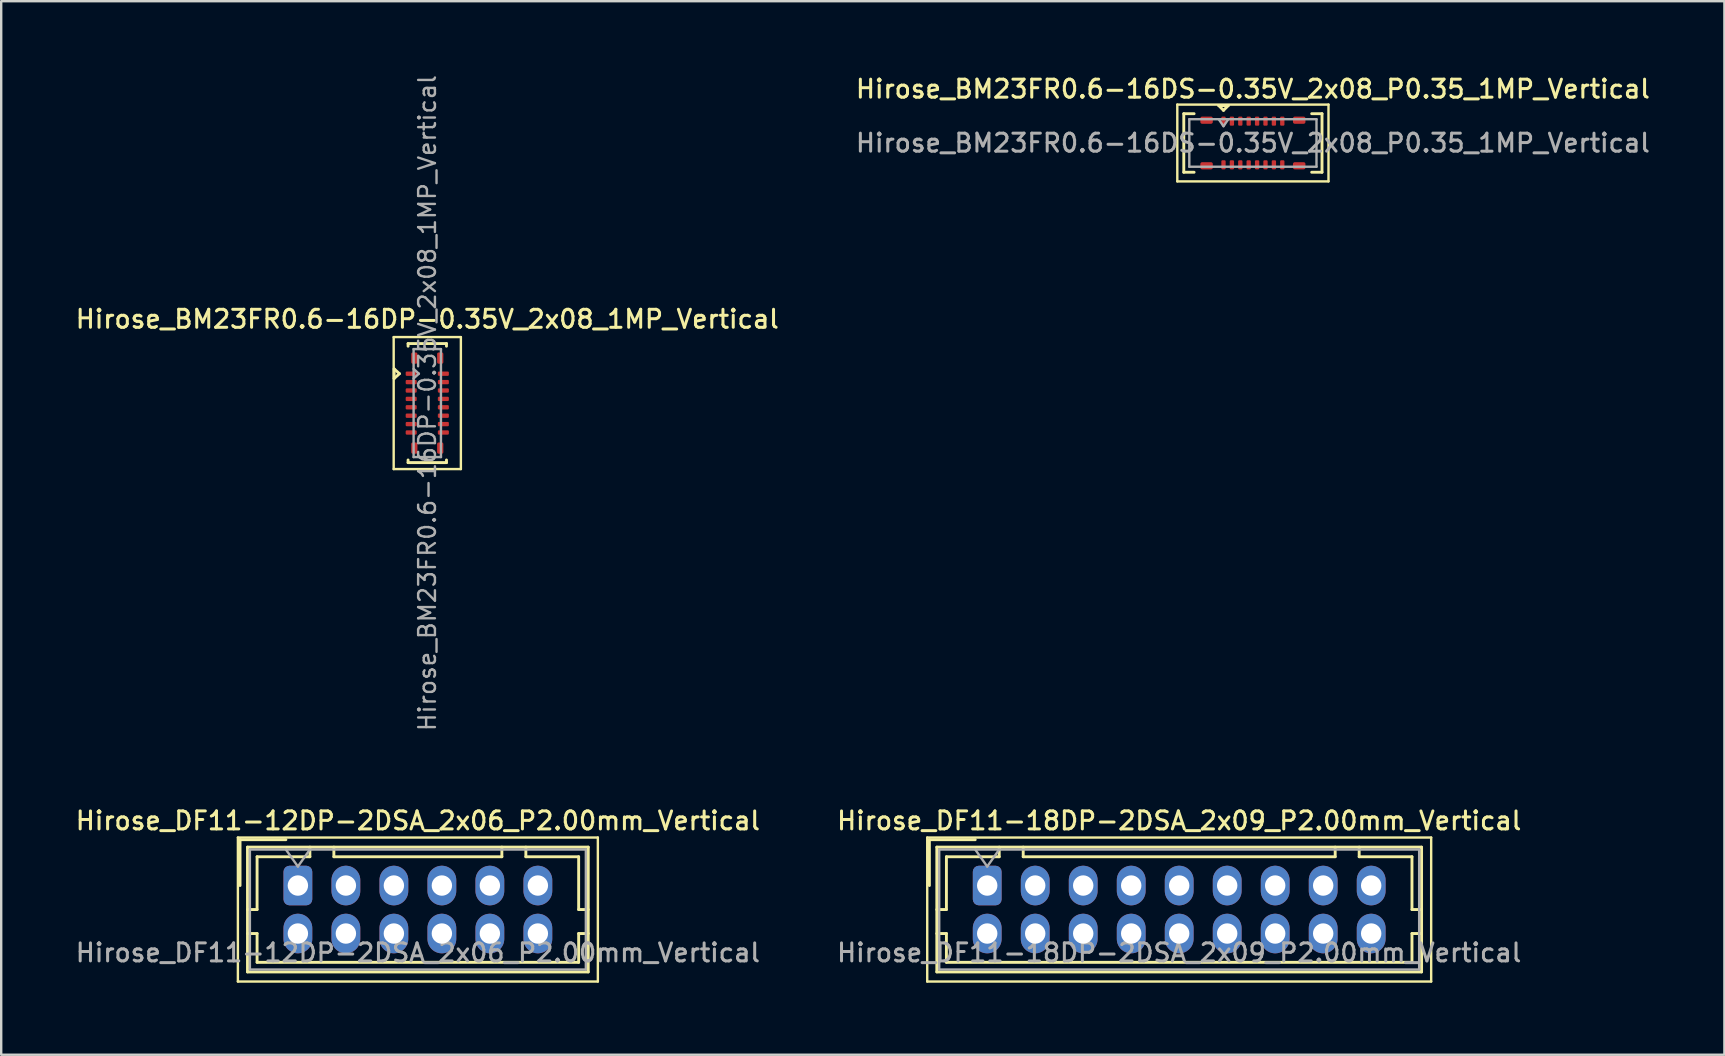
<source format=kicad_pcb>
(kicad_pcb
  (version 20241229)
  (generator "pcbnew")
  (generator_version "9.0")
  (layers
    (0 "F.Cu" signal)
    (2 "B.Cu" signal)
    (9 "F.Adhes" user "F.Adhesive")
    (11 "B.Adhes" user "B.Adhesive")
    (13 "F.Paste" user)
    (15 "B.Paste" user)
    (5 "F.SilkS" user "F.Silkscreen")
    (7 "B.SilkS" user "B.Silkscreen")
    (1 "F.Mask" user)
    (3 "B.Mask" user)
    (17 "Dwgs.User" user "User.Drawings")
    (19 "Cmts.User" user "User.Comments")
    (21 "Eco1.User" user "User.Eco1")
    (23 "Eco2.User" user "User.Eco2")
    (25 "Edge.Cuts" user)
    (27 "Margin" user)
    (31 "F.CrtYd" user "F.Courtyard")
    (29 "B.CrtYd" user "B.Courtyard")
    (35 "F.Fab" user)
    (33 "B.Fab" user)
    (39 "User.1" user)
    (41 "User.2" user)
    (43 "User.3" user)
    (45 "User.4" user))
  (footprint "Hirose_DF11-12DP-2DSA_2x06_P2.00mm_Vertical"
    (layer "F.Cu")
    (at 9.363 33.851)
    (property "Reference" "Hirose_DF11-12DP-2DSA_2x06_P2.00mm_Vertical" (at 5 -2.7 0) (layer "F.SilkS") (effects (font (size 0.75 0.75) (thickness 0.125))))
    (attr through_hole)
    (fp_line (start -2.5 -2) (end -2.5 4) (stroke (width 0.1) (type solid)) (layer "F.SilkS"))
    (fp_line (start -2.5 4) (end 12.5 4) (stroke (width 0.1) (type solid)) (layer "F.SilkS"))
    (fp_line (start -2.41 -1.91) (end -0.5 -1.91) (stroke (width 0.12) (type solid)) (layer "F.SilkS"))
    (fp_line (start -2.41 0) (end -2.41 -1.91) (stroke (width 0.12) (type solid)) (layer "F.SilkS"))
    (fp_line (start -2.1 -1.6) (end -2.1 3.6) (stroke (width 0.12) (type solid)) (layer "F.SilkS"))
    (fp_line (start -2.1 1) (end -1.7 1) (stroke (width 0.12) (type solid)) (layer "F.SilkS"))
    (fp_line (start -2.1 2) (end -1.7 2) (stroke (width 0.12) (type solid)) (layer "F.SilkS"))
    (fp_line (start -2.1 3.6) (end 12.1 3.6) (stroke (width 0.12) (type solid)) (layer "F.SilkS"))
    (fp_line (start -1.7 -1.2) (end 0.5 -1.2) (stroke (width 0.12) (type solid)) (layer "F.SilkS"))
    (fp_line (start -1.7 1) (end -1.7 -1.2) (stroke (width 0.12) (type solid)) (layer "F.SilkS"))
    (fp_line (start -1.7 2) (end -1.7 3.2) (stroke (width 0.12) (type solid)) (layer "F.SilkS"))
    (fp_line (start -1.7 3.2) (end 11.7 3.2) (stroke (width 0.12) (type solid)) (layer "F.SilkS"))
    (fp_line (start 0.5 -1.2) (end 0.5 -1.6) (stroke (width 0.12) (type solid)) (layer "F.SilkS"))
    (fp_line (start 1.5 -1.6) (end 1.5 -1.2) (stroke (width 0.12) (type solid)) (layer "F.SilkS"))
    (fp_line (start 1.5 -1.2) (end 8.5 -1.2) (stroke (width 0.12) (type solid)) (layer "F.SilkS"))
    (fp_line (start 8.5 -1.2) (end 8.5 -1.6) (stroke (width 0.12) (type solid)) (layer "F.SilkS"))
    (fp_line (start 9.5 -1.2) (end 9.5 -1.6) (stroke (width 0.12) (type solid)) (layer "F.SilkS"))
    (fp_line (start 11.7 -1.2) (end 9.5 -1.2) (stroke (width 0.12) (type solid)) (layer "F.SilkS"))
    (fp_line (start 11.7 1) (end 11.7 -1.2) (stroke (width 0.12) (type solid)) (layer "F.SilkS"))
    (fp_line (start 11.7 2) (end 12.1 2) (stroke (width 0.12) (type solid)) (layer "F.SilkS"))
    (fp_line (start 11.7 3.2) (end 11.7 2) (stroke (width 0.12) (type solid)) (layer "F.SilkS"))
    (fp_line (start 12.1 -1.6) (end -2.1 -1.6) (stroke (width 0.12) (type solid)) (layer "F.SilkS"))
    (fp_line (start 12.1 1) (end 11.7 1) (stroke (width 0.12) (type solid)) (layer "F.SilkS"))
    (fp_line (start 12.1 3.6) (end 12.1 -1.6) (stroke (width 0.12) (type solid)) (layer "F.SilkS"))
    (fp_line (start 12.5 -2) (end -2.5 -2) (stroke (width 0.1) (type solid)) (layer "F.SilkS"))
    (fp_line (start 12.5 4) (end 12.5 -2) (stroke (width 0.1) (type solid)) (layer "F.SilkS"))
    (fp_line (start -2 -1.5) (end -2 3.5) (stroke (width 0.1) (type solid)) (layer "F.Fab"))
    (fp_line (start -2 3.5) (end 12 3.5) (stroke (width 0.1) (type solid)) (layer "F.Fab"))
    (fp_line (start -0.5 -1.5) (end 0 -0.793) (stroke (width 0.1) (type solid)) (layer "F.Fab"))
    (fp_line (start 0 -0.793) (end 0.5 -1.5) (stroke (width 0.1) (type solid)) (layer "F.Fab"))
    (fp_line (start 12 -1.5) (end -2 -1.5) (stroke (width 0.1) (type solid)) (layer "F.Fab"))
    (fp_line (start 12 3.5) (end 12 -1.5) (stroke (width 0.1) (type solid)) (layer "F.Fab"))
    (fp_text user "${REFERENCE}" (at 5 2.8 0) (layer "F.Fab") (effects (font (size 0.75 0.75) (thickness 0.125))))
    (pad "1" thru_hole roundrect (at 0 0) (size 1.2 1.65) (drill 0.85) (layers "*.Cu" "*.Mask") (roundrect_rratio 0.208))
    (pad "2" thru_hole oval (at 0 2) (size 1.2 1.65) (drill 0.85) (layers "*.Cu" "*.Mask"))
    (pad "3" thru_hole oval (at 2 0) (size 1.2 1.65) (drill 0.85) (layers "*.Cu" "*.Mask"))
    (pad "4" thru_hole oval (at 2 2) (size 1.2 1.65) (drill 0.85) (layers "*.Cu" "*.Mask"))
    (pad "5" thru_hole oval (at 4 0) (size 1.2 1.65) (drill 0.85) (layers "*.Cu" "*.Mask"))
    (pad "6" thru_hole oval (at 4 2) (size 1.2 1.65) (drill 0.85) (layers "*.Cu" "*.Mask"))
    (pad "7" thru_hole oval (at 6 0) (size 1.2 1.65) (drill 0.85) (layers "*.Cu" "*.Mask"))
    (pad "8" thru_hole oval (at 6 2) (size 1.2 1.65) (drill 0.85) (layers "*.Cu" "*.Mask"))
    (pad "9" thru_hole oval (at 8 0) (size 1.2 1.65) (drill 0.85) (layers "*.Cu" "*.Mask"))
    (pad "10" thru_hole oval (at 8 2) (size 1.2 1.65) (drill 0.85) (layers "*.Cu" "*.Mask"))
    (pad "11" thru_hole oval (at 10 0) (size 1.2 1.65) (drill 0.85) (layers "*.Cu" "*.Mask"))
    (pad "12" thru_hole oval (at 10 2) (size 1.2 1.65) (drill 0.85) (layers "*.Cu" "*.Mask")))
  (footprint "Hirose_DF11-18DP-2DSA_2x09_P2.00mm_Vertical"
    (layer "F.Cu")
    (at 38.088 33.851)
    (property "Reference" "Hirose_DF11-18DP-2DSA_2x09_P2.00mm_Vertical" (at 8 -2.7 0) (layer "F.SilkS") (effects (font (size 0.75 0.75) (thickness 0.125))))
    (attr through_hole)
    (fp_line (start -2.5 -2) (end -2.5 4) (stroke (width 0.1) (type solid)) (layer "F.SilkS"))
    (fp_line (start -2.5 4) (end 18.5 4) (stroke (width 0.1) (type solid)) (layer "F.SilkS"))
    (fp_line (start -2.41 -1.91) (end -0.5 -1.91) (stroke (width 0.12) (type solid)) (layer "F.SilkS"))
    (fp_line (start -2.41 0) (end -2.41 -1.91) (stroke (width 0.12) (type solid)) (layer "F.SilkS"))
    (fp_line (start -2.1 -1.6) (end -2.1 3.6) (stroke (width 0.12) (type solid)) (layer "F.SilkS"))
    (fp_line (start -2.1 1) (end -1.7 1) (stroke (width 0.12) (type solid)) (layer "F.SilkS"))
    (fp_line (start -2.1 2) (end -1.7 2) (stroke (width 0.12) (type solid)) (layer "F.SilkS"))
    (fp_line (start -2.1 3.6) (end 18.1 3.6) (stroke (width 0.12) (type solid)) (layer "F.SilkS"))
    (fp_line (start -1.7 -1.2) (end 0.5 -1.2) (stroke (width 0.12) (type solid)) (layer "F.SilkS"))
    (fp_line (start -1.7 1) (end -1.7 -1.2) (stroke (width 0.12) (type solid)) (layer "F.SilkS"))
    (fp_line (start -1.7 2) (end -1.7 3.2) (stroke (width 0.12) (type solid)) (layer "F.SilkS"))
    (fp_line (start -1.7 3.2) (end 17.7 3.2) (stroke (width 0.12) (type solid)) (layer "F.SilkS"))
    (fp_line (start 0.5 -1.2) (end 0.5 -1.6) (stroke (width 0.12) (type solid)) (layer "F.SilkS"))
    (fp_line (start 1.5 -1.6) (end 1.5 -1.2) (stroke (width 0.12) (type solid)) (layer "F.SilkS"))
    (fp_line (start 1.5 -1.2) (end 14.5 -1.2) (stroke (width 0.12) (type solid)) (layer "F.SilkS"))
    (fp_line (start 14.5 -1.2) (end 14.5 -1.6) (stroke (width 0.12) (type solid)) (layer "F.SilkS"))
    (fp_line (start 15.5 -1.2) (end 15.5 -1.6) (stroke (width 0.12) (type solid)) (layer "F.SilkS"))
    (fp_line (start 17.7 -1.2) (end 15.5 -1.2) (stroke (width 0.12) (type solid)) (layer "F.SilkS"))
    (fp_line (start 17.7 1) (end 17.7 -1.2) (stroke (width 0.12) (type solid)) (layer "F.SilkS"))
    (fp_line (start 17.7 2) (end 18.1 2) (stroke (width 0.12) (type solid)) (layer "F.SilkS"))
    (fp_line (start 17.7 3.2) (end 17.7 2) (stroke (width 0.12) (type solid)) (layer "F.SilkS"))
    (fp_line (start 18.1 -1.6) (end -2.1 -1.6) (stroke (width 0.12) (type solid)) (layer "F.SilkS"))
    (fp_line (start 18.1 1) (end 17.7 1) (stroke (width 0.12) (type solid)) (layer "F.SilkS"))
    (fp_line (start 18.1 3.6) (end 18.1 -1.6) (stroke (width 0.12) (type solid)) (layer "F.SilkS"))
    (fp_line (start 18.5 -2) (end -2.5 -2) (stroke (width 0.1) (type solid)) (layer "F.SilkS"))
    (fp_line (start 18.5 4) (end 18.5 -2) (stroke (width 0.1) (type solid)) (layer "F.SilkS"))
    (fp_line (start -2 -1.5) (end -2 3.5) (stroke (width 0.1) (type solid)) (layer "F.Fab"))
    (fp_line (start -2 3.5) (end 18 3.5) (stroke (width 0.1) (type solid)) (layer "F.Fab"))
    (fp_line (start -0.5 -1.5) (end 0 -0.793) (stroke (width 0.1) (type solid)) (layer "F.Fab"))
    (fp_line (start 0 -0.793) (end 0.5 -1.5) (stroke (width 0.1) (type solid)) (layer "F.Fab"))
    (fp_line (start 18 -1.5) (end -2 -1.5) (stroke (width 0.1) (type solid)) (layer "F.Fab"))
    (fp_line (start 18 3.5) (end 18 -1.5) (stroke (width 0.1) (type solid)) (layer "F.Fab"))
    (fp_text user "${REFERENCE}" (at 8 2.8 0) (layer "F.Fab") (effects (font (size 0.75 0.75) (thickness 0.125))))
    (pad "1" thru_hole roundrect (at 0 0) (size 1.2 1.65) (drill 0.85) (layers "*.Cu" "*.Mask") (roundrect_rratio 0.208))
    (pad "2" thru_hole oval (at 0 2) (size 1.2 1.65) (drill 0.85) (layers "*.Cu" "*.Mask"))
    (pad "3" thru_hole oval (at 2 0) (size 1.2 1.65) (drill 0.85) (layers "*.Cu" "*.Mask"))
    (pad "4" thru_hole oval (at 2 2) (size 1.2 1.65) (drill 0.85) (layers "*.Cu" "*.Mask"))
    (pad "5" thru_hole oval (at 4 0) (size 1.2 1.65) (drill 0.85) (layers "*.Cu" "*.Mask"))
    (pad "6" thru_hole oval (at 4 2) (size 1.2 1.65) (drill 0.85) (layers "*.Cu" "*.Mask"))
    (pad "7" thru_hole oval (at 6 0) (size 1.2 1.65) (drill 0.85) (layers "*.Cu" "*.Mask"))
    (pad "8" thru_hole oval (at 6 2) (size 1.2 1.65) (drill 0.85) (layers "*.Cu" "*.Mask"))
    (pad "9" thru_hole oval (at 8 0) (size 1.2 1.65) (drill 0.85) (layers "*.Cu" "*.Mask"))
    (pad "10" thru_hole oval (at 8 2) (size 1.2 1.65) (drill 0.85) (layers "*.Cu" "*.Mask"))
    (pad "11" thru_hole oval (at 10 0) (size 1.2 1.65) (drill 0.85) (layers "*.Cu" "*.Mask"))
    (pad "12" thru_hole oval (at 10 2) (size 1.2 1.65) (drill 0.85) (layers "*.Cu" "*.Mask"))
    (pad "13" thru_hole oval (at 12 0) (size 1.2 1.65) (drill 0.85) (layers "*.Cu" "*.Mask"))
    (pad "14" thru_hole oval (at 12 2) (size 1.2 1.65) (drill 0.85) (layers "*.Cu" "*.Mask"))
    (pad "15" thru_hole oval (at 14 0) (size 1.2 1.65) (drill 0.85) (layers "*.Cu" "*.Mask"))
    (pad "16" thru_hole oval (at 14 2) (size 1.2 1.65) (drill 0.85) (layers "*.Cu" "*.Mask"))
    (pad "17" thru_hole oval (at 16 0) (size 1.2 1.65) (drill 0.85) (layers "*.Cu" "*.Mask"))
    (pad "18" thru_hole oval (at 16 2) (size 1.2 1.65) (drill 0.85) (layers "*.Cu" "*.Mask")))
  (footprint "Hirose_BM23FR0.6-16DS-0.35V_2x08_P0.35_1MP_Vertical"
    (layer "F.Cu")
    (at 49.159 2.908)
    (property "Reference" "Hirose_BM23FR0.6-16DS-0.35V_2x08_P0.35_1MP_Vertical" (at 0 -2.25 0) (layer "F.SilkS") (effects (font (size 0.75 0.75) (thickness 0.125))))
    (attr smd)
    (fp_line (start -3.15 -1.6) (end 3.15 -1.6) (stroke (width 0.1) (type solid)) (layer "F.SilkS"))
    (fp_line (start -3.15 1.6) (end -3.15 -1.6) (stroke (width 0.1) (type solid)) (layer "F.SilkS"))
    (fp_line (start -2.88 -1.22) (end -2.88 1.22) (stroke (width 0.12) (type solid)) (layer "F.SilkS"))
    (fp_line (start -2.88 1.22) (end -2.45 1.22) (stroke (width 0.12) (type solid)) (layer "F.SilkS"))
    (fp_line (start -2.45 -1.22) (end -2.88 -1.22) (stroke (width 0.12) (type solid)) (layer "F.SilkS"))
    (fp_line (start -1.425 -1.56) (end -1.225 -1.36) (stroke (width 0.12) (type solid)) (layer "F.SilkS"))
    (fp_line (start -1.425 -1.56) (end -1.025 -1.56) (stroke (width 0.12) (type solid)) (layer "F.SilkS"))
    (fp_line (start -1.225 -1.36) (end -1.025 -1.56) (stroke (width 0.12) (type solid)) (layer "F.SilkS"))
    (fp_line (start 2.45 -1.22) (end 2.88 -1.22) (stroke (width 0.12) (type solid)) (layer "F.SilkS"))
    (fp_line (start 2.88 -1.22) (end 2.88 1.22) (stroke (width 0.12) (type solid)) (layer "F.SilkS"))
    (fp_line (start 2.88 1.22) (end 2.45 1.22) (stroke (width 0.12) (type solid)) (layer "F.SilkS"))
    (fp_line (start 3.15 -1.6) (end 3.15 1.6) (stroke (width 0.1) (type solid)) (layer "F.SilkS"))
    (fp_line (start 3.15 1.6) (end -3.15 1.6) (stroke (width 0.1) (type solid)) (layer "F.SilkS"))
    (fp_line (start -2.65 -0.99) (end 2.65 -0.99) (stroke (width 0.1) (type solid)) (layer "F.Fab"))
    (fp_line (start -2.65 0.99) (end -2.65 -0.99) (stroke (width 0.1) (type solid)) (layer "F.Fab"))
    (fp_line (start -1.425 -0.99) (end -1.225 -0.7) (stroke (width 0.1) (type solid)) (layer "F.Fab"))
    (fp_line (start -1.225 -0.7) (end -1.025 -0.99) (stroke (width 0.1) (type solid)) (layer "F.Fab"))
    (fp_line (start 2.65 -0.99) (end 2.65 0.99) (stroke (width 0.1) (type solid)) (layer "F.Fab"))
    (fp_line (start 2.65 0.99) (end -2.65 0.99) (stroke (width 0.1) (type solid)) (layer "F.Fab"))
    (fp_text user "${REFERENCE}" (at 0 0 0) (layer "F.Fab") (effects (font (size 0.75 0.75) (thickness 0.125))))
    (pad "1" smd roundrect (at -1.225 -0.91) (size 0.18 0.38) (layers "F.Cu" "F.Mask" "F.Paste") (roundrect_rratio 0.25))
    (pad "2" smd roundrect (at -1.225 0.91) (size 0.18 0.38) (layers "F.Cu" "F.Mask" "F.Paste") (roundrect_rratio 0.25))
    (pad "3" smd roundrect (at -0.875 -0.91) (size 0.18 0.38) (layers "F.Cu" "F.Mask" "F.Paste") (roundrect_rratio 0.25))
    (pad "4" smd roundrect (at -0.875 0.91) (size 0.18 0.38) (layers "F.Cu" "F.Mask" "F.Paste") (roundrect_rratio 0.25))
    (pad "5" smd roundrect (at -0.525 -0.91) (size 0.18 0.38) (layers "F.Cu" "F.Mask" "F.Paste") (roundrect_rratio 0.25))
    (pad "6" smd roundrect (at -0.525 0.91) (size 0.18 0.38) (layers "F.Cu" "F.Mask" "F.Paste") (roundrect_rratio 0.25))
    (pad "7" smd roundrect (at -0.175 -0.91) (size 0.18 0.38) (layers "F.Cu" "F.Mask" "F.Paste") (roundrect_rratio 0.25))
    (pad "8" smd roundrect (at -0.175 0.91) (size 0.18 0.38) (layers "F.Cu" "F.Mask" "F.Paste") (roundrect_rratio 0.25))
    (pad "9" smd roundrect (at 0.175 -0.91) (size 0.18 0.38) (layers "F.Cu" "F.Mask" "F.Paste") (roundrect_rratio 0.25))
    (pad "10" smd roundrect (at 0.175 0.91) (size 0.18 0.38) (layers "F.Cu" "F.Mask" "F.Paste") (roundrect_rratio 0.25))
    (pad "11" smd roundrect (at 0.525 -0.91) (size 0.18 0.38) (layers "F.Cu" "F.Mask" "F.Paste") (roundrect_rratio 0.25))
    (pad "12" smd roundrect (at 0.525 0.91) (size 0.18 0.38) (layers "F.Cu" "F.Mask" "F.Paste") (roundrect_rratio 0.25))
    (pad "13" smd roundrect (at 0.875 -0.91) (size 0.18 0.38) (layers "F.Cu" "F.Mask" "F.Paste") (roundrect_rratio 0.25))
    (pad "14" smd roundrect (at 0.875 0.91) (size 0.18 0.38) (layers "F.Cu" "F.Mask" "F.Paste") (roundrect_rratio 0.25))
    (pad "15" smd roundrect (at 1.225 -0.91) (size 0.18 0.38) (layers "F.Cu" "F.Mask" "F.Paste") (roundrect_rratio 0.25))
    (pad "16" smd roundrect (at 1.225 0.91) (size 0.18 0.38) (layers "F.Cu" "F.Mask" "F.Paste") (roundrect_rratio 0.25))
    (pad "MP" smd roundrect (at -1.93 -0.95) (size 0.52 0.3) (layers "F.Cu" "F.Mask" "F.Paste") (roundrect_rratio 0.25))
    (pad "MP" smd roundrect (at -1.93 0.95) (size 0.52 0.3) (layers "F.Cu" "F.Mask" "F.Paste") (roundrect_rratio 0.25))
    (pad "MP" smd roundrect (at 1.93 -0.95) (size 0.52 0.3) (layers "F.Cu" "F.Mask" "F.Paste") (roundrect_rratio 0.25))
    (pad "MP" smd roundrect (at 1.93 0.95) (size 0.52 0.3) (layers "F.Cu" "F.Mask" "F.Paste") (roundrect_rratio 0.25))
    (zone (net_name "") (layer "F.Cu") (hatch edge 0.508) (connect_pads) (min_thickness 0.254) (filled_areas_thickness no) (keepout (tracks not_allowed) (vias not_allowed) (pads not_allowed) (copperpour not_allowed) (footprints allowed)) (placement (enabled no)) (fill) (polygon (pts (xy 50.579 2.238) (xy 50.579 2.758) (xy 47.739 2.758) (xy 47.739 2.238))))
    (zone (net_name "") (layer "F.Cu") (hatch edge 0.508) (connect_pads) (min_thickness 0.254) (filled_areas_thickness no) (keepout (tracks not_allowed) (vias not_allowed) (pads not_allowed) (copperpour not_allowed) (footprints allowed)) (placement (enabled no)) (fill) (polygon (pts (xy 50.579 3.058) (xy 50.579 3.578) (xy 47.739 3.578) (xy 47.739 3.058)))))
  (footprint "Hirose_BM23FR0.6-16DP-0.35V_2x08_1MP_Vertical"
    (layer "F.Cu")
    (at 14.755 13.747)
    (property "Reference" "Hirose_BM23FR0.6-16DP-0.35V_2x08_1MP_Vertical" (at 0 -3.5 0) (layer "F.SilkS") (effects (font (size 0.75 0.75) (thickness 0.125))))
    (attr smd)
    (fp_line (start -1.4 -2.75) (end 1.4 -2.75) (stroke (width 0.1) (type solid)) (layer "F.SilkS"))
    (fp_line (start -1.4 2.75) (end -1.4 -2.75) (stroke (width 0.1) (type solid)) (layer "F.SilkS"))
    (fp_line (start -1.38 -1.425) (end -1.38 -1.025) (stroke (width 0.12) (type solid)) (layer "F.SilkS"))
    (fp_line (start -1.16 -1.225) (end -1.38 -1.425) (stroke (width 0.12) (type solid)) (layer "F.SilkS"))
    (fp_line (start -1.16 -1.225) (end -1.38 -1.025) (stroke (width 0.12) (type solid)) (layer "F.SilkS"))
    (fp_line (start -0.8 -2.48) (end -0.8 -2.37) (stroke (width 0.12) (type solid)) (layer "F.SilkS"))
    (fp_line (start -0.8 -2.48) (end 0.8 -2.48) (stroke (width 0.12) (type solid)) (layer "F.SilkS"))
    (fp_line (start -0.8 2.37) (end -0.8 2.48) (stroke (width 0.12) (type solid)) (layer "F.SilkS"))
    (fp_line (start -0.8 2.48) (end 0.8 2.48) (stroke (width 0.12) (type solid)) (layer "F.SilkS"))
    (fp_line (start 0.8 -2.37) (end 0.8 -2.48) (stroke (width 0.12) (type solid)) (layer "F.SilkS"))
    (fp_line (start 0.8 2.48) (end 0.8 2.37) (stroke (width 0.12) (type solid)) (layer "F.SilkS"))
    (fp_line (start 1.4 -2.75) (end 1.4 2.75) (stroke (width 0.1) (type solid)) (layer "F.SilkS"))
    (fp_line (start 1.4 2.75) (end -1.4 2.75) (stroke (width 0.1) (type solid)) (layer "F.SilkS"))
    (fp_line (start -0.57 -2.25) (end 0.57 -2.25) (stroke (width 0.1) (type solid)) (layer "F.Fab"))
    (fp_line (start -0.57 -1.425) (end -0.35 -1.225) (stroke (width 0.1) (type solid)) (layer "F.Fab"))
    (fp_line (start -0.57 2.25) (end -0.57 -2.25) (stroke (width 0.1) (type solid)) (layer "F.Fab"))
    (fp_line (start -0.35 -1.225) (end -0.57 -1.025) (stroke (width 0.1) (type solid)) (layer "F.Fab"))
    (fp_line (start 0.57 -2.25) (end 0.57 2.25) (stroke (width 0.1) (type solid)) (layer "F.Fab"))
    (fp_line (start 0.57 2.25) (end -0.57 2.25) (stroke (width 0.1) (type solid)) (layer "F.Fab"))
    (fp_text user "${REFERENCE}" (at 0 0 90) (layer "F.Fab") (effects (font (size 0.7 0.7) (thickness 0.1))))
    (pad "1" smd roundrect (at -0.67 -1.225 90) (size 0.18 0.46) (layers "F.Cu" "F.Mask" "F.Paste") (roundrect_rratio 0.25))
    (pad "2" smd roundrect (at 0.67 -1.225 90) (size 0.18 0.46) (layers "F.Cu" "F.Mask" "F.Paste") (roundrect_rratio 0.25))
    (pad "3" smd roundrect (at -0.67 -0.875 90) (size 0.18 0.46) (layers "F.Cu" "F.Mask" "F.Paste") (roundrect_rratio 0.25))
    (pad "4" smd roundrect (at 0.67 -0.875 90) (size 0.18 0.46) (layers "F.Cu" "F.Mask" "F.Paste") (roundrect_rratio 0.25))
    (pad "5" smd roundrect (at -0.67 -0.525 90) (size 0.18 0.46) (layers "F.Cu" "F.Mask" "F.Paste") (roundrect_rratio 0.25))
    (pad "6" smd roundrect (at 0.67 -0.525 90) (size 0.18 0.46) (layers "F.Cu" "F.Mask" "F.Paste") (roundrect_rratio 0.25))
    (pad "7" smd roundrect (at -0.67 -0.175 90) (size 0.18 0.46) (layers "F.Cu" "F.Mask" "F.Paste") (roundrect_rratio 0.25))
    (pad "8" smd roundrect (at 0.67 -0.175 90) (size 0.18 0.46) (layers "F.Cu" "F.Mask" "F.Paste") (roundrect_rratio 0.25))
    (pad "9" smd roundrect (at -0.67 0.175 90) (size 0.18 0.46) (layers "F.Cu" "F.Mask" "F.Paste") (roundrect_rratio 0.25))
    (pad "10" smd roundrect (at 0.67 0.175 90) (size 0.18 0.46) (layers "F.Cu" "F.Mask" "F.Paste") (roundrect_rratio 0.25))
    (pad "11" smd roundrect (at -0.67 0.525 90) (size 0.18 0.46) (layers "F.Cu" "F.Mask" "F.Paste") (roundrect_rratio 0.25))
    (pad "12" smd roundrect (at 0.67 0.525 90) (size 0.18 0.46) (layers "F.Cu" "F.Mask" "F.Paste") (roundrect_rratio 0.25))
    (pad "13" smd roundrect (at -0.67 0.875 90) (size 0.18 0.46) (layers "F.Cu" "F.Mask" "F.Paste") (roundrect_rratio 0.25))
    (pad "14" smd roundrect (at 0.67 0.875 90) (size 0.18 0.46) (layers "F.Cu" "F.Mask" "F.Paste") (roundrect_rratio 0.25))
    (pad "15" smd roundrect (at -0.67 1.225 90) (size 0.18 0.46) (layers "F.Cu" "F.Mask" "F.Paste") (roundrect_rratio 0.25))
    (pad "16" smd roundrect (at 0.67 1.225 90) (size 0.18 0.46) (layers "F.Cu" "F.Mask" "F.Paste") (roundrect_rratio 0.25))
    (pad "MP" smd roundrect (at -0.54 -1.875 90) (size 0.47 0.26) (layers "F.Cu" "F.Mask" "F.Paste") (roundrect_rratio 0.25))
    (pad "MP" smd roundrect (at -0.54 1.875 90) (size 0.47 0.26) (layers "F.Cu" "F.Mask" "F.Paste") (roundrect_rratio 0.25))
    (pad "MP" smd roundrect (at 0.54 -1.875 90) (size 0.47 0.26) (layers "F.Cu" "F.Mask" "F.Paste") (roundrect_rratio 0.25))
    (pad "MP" smd roundrect (at 0.54 1.875 90) (size 0.47 0.26) (layers "F.Cu" "F.Mask" "F.Paste") (roundrect_rratio 0.25))
    (zone (net_name "") (layer "F.Cu") (hatch edge 0.508) (connect_pads) (min_thickness 0.254) (filled_areas_thickness no) (keepout (tracks not_allowed) (vias not_allowed) (pads not_allowed) (copperpour not_allowed) (footprints allowed)) (placement (enabled no)) (fill) (polygon (pts (xy 15.755 12.167) (xy 13.755 12.167) (xy 13.755 11.097) (xy 15.755 11.097))))
    (zone (net_name "") (layer "F.Cu") (hatch edge 0.508) (connect_pads) (min_thickness 0.254) (filled_areas_thickness no) (keepout (tracks not_allowed) (vias not_allowed) (pads not_allowed) (copperpour not_allowed) (footprints allowed)) (placement (enabled no)) (fill) (polygon (pts (xy 15.755 16.397) (xy 13.755 16.397) (xy 13.755 15.327) (xy 15.755 15.327)))))
  (gr_rect
    (start -3 -3)
    (end 68.807 40.901)
    (stroke (width 0.1) (type default))
    (fill no)
    (layer "Edge.Cuts")))
</source>
